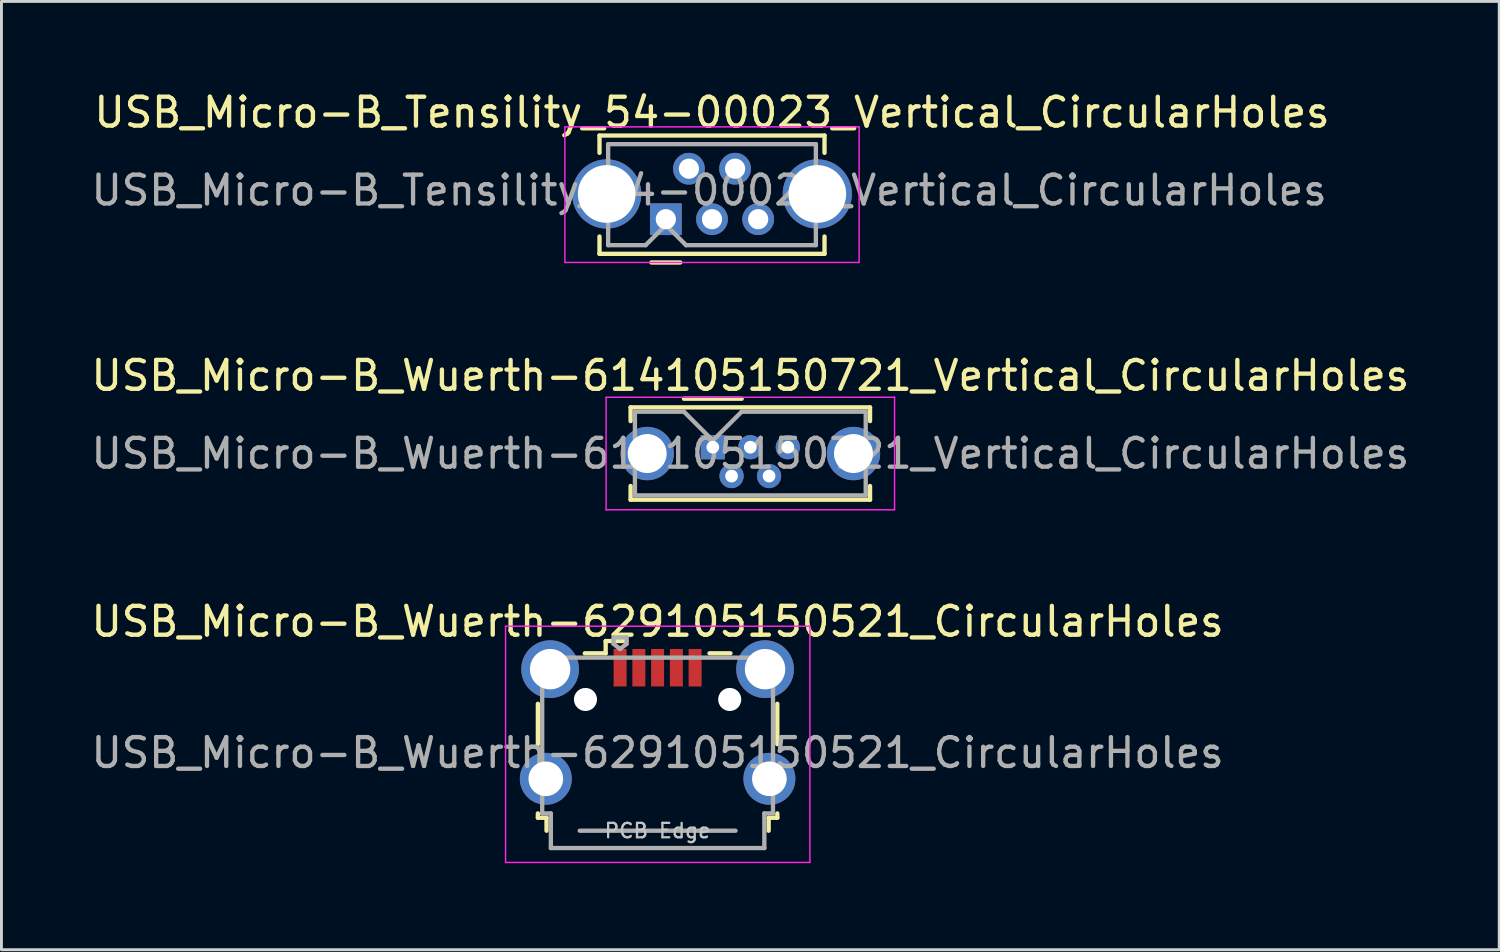
<source format=kicad_pcb>
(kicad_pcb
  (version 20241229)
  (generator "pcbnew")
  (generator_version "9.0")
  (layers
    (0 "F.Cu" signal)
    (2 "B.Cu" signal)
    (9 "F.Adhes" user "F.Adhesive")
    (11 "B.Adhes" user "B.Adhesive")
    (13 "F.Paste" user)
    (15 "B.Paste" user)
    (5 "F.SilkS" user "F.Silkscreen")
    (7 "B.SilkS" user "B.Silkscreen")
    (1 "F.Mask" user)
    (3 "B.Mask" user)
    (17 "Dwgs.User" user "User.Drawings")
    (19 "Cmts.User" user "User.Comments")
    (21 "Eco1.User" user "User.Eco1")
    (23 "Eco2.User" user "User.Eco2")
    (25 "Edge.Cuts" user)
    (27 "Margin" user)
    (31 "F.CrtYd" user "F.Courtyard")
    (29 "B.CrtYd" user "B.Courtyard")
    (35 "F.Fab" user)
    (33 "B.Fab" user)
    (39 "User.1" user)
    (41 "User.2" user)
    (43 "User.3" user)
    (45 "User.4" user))
  (footprint "USB_Micro-B_Tensility_54-00023_Vertical_CircularHoles"
    (layer "F.Cu")
    (at 20.03 4.548)
    (property "Reference" "USB_Micro-B_Tensility_54-00023_Vertical_CircularHoles" (at 1.6 -3.7 0) (layer "F.SilkS") (effects (font (size 1 1) (thickness 0.15))))
    (attr through_hole)
    (fp_line (start -2.3 -2.9) (end 5.5 -2.9) (stroke (width 0.15) (type solid)) (layer "F.SilkS"))
    (fp_line (start -2.3 -2.3) (end -2.3 -2.9) (stroke (width 0.15) (type solid)) (layer "F.SilkS"))
    (fp_line (start -2.3 0.6) (end -2.3 1.2) (stroke (width 0.15) (type solid)) (layer "F.SilkS"))
    (fp_line (start -2.3 1.2) (end 5.5 1.2) (stroke (width 0.15) (type solid)) (layer "F.SilkS"))
    (fp_line (start -0.5 1.5) (end 0.5 1.5) (stroke (width 0.15) (type solid)) (layer "F.SilkS"))
    (fp_line (start 5.5 -2.9) (end 5.5 -2.3) (stroke (width 0.15) (type solid)) (layer "F.SilkS"))
    (fp_line (start 5.5 1.2) (end 5.5 0.6) (stroke (width 0.15) (type solid)) (layer "F.SilkS"))
    (fp_line (start -3.5 -3.2) (end -3.5 1.5) (stroke (width 0.05) (type solid)) (layer "F.CrtYd"))
    (fp_line (start -3.5 1.5) (end 6.7 1.5) (stroke (width 0.05) (type solid)) (layer "F.CrtYd"))
    (fp_line (start 6.7 -3.2) (end -3.5 -3.2) (stroke (width 0.05) (type solid)) (layer "F.CrtYd"))
    (fp_line (start 6.7 1.5) (end 6.7 -3.2) (stroke (width 0.05) (type solid)) (layer "F.CrtYd"))
    (fp_line (start -2 0.9) (end -2 -2.6) (stroke (width 0.15) (type solid)) (layer "F.Fab"))
    (fp_line (start -2 0.9) (end -0.7 0.9) (stroke (width 0.15) (type solid)) (layer "F.Fab"))
    (fp_line (start -0.7 0.9) (end 0 0.2) (stroke (width 0.15) (type solid)) (layer "F.Fab"))
    (fp_line (start 0 0.2) (end 0.7 0.9) (stroke (width 0.15) (type solid)) (layer "F.Fab"))
    (fp_line (start 0.7 0.9) (end 5.2 0.9) (stroke (width 0.15) (type solid)) (layer "F.Fab"))
    (fp_line (start 5.2 -2.6) (end -2 -2.6) (stroke (width 0.15) (type solid)) (layer "F.Fab"))
    (fp_line (start 5.2 -2.6) (end 5.2 0.9) (stroke (width 0.15) (type solid)) (layer "F.Fab"))
    (fp_text user "${REFERENCE}" (at 1.5 -1 0) (layer "F.Fab") (effects (font (size 1 1) (thickness 0.15))))
    (pad "1" thru_hole rect (at 0 0) (size 1.1 1.1) (drill 0.7) (layers "*.Cu" "*.Mask"))
    (pad "2" thru_hole circle (at 0.8 -1.75) (size 1.1 1.1) (drill 0.7) (layers "*.Cu" "*.Mask"))
    (pad "3" thru_hole circle (at 1.6 0) (size 1.1 1.1) (drill 0.7) (layers "*.Cu" "*.Mask"))
    (pad "4" thru_hole circle (at 2.4 -1.75) (size 1.1 1.1) (drill 0.7) (layers "*.Cu" "*.Mask"))
    (pad "5" thru_hole circle (at 3.2 0) (size 1.1 1.1) (drill 0.7) (layers "*.Cu" "*.Mask"))
    (pad "6" thru_hole circle (at -2.05 -0.875) (size 2.4 2.4) (drill 2) (layers "*.Cu" "*.Mask"))
    (pad "6" thru_hole circle (at 5.25 -0.875) (size 2.4 2.4) (drill 2) (layers "*.Cu" "*.Mask")))
  (footprint "USB_Micro-B_Wuerth-614105150721_Vertical_CircularHoles"
    (layer "F.Cu")
    (at 21.658 12.451)
    (property "Reference" "USB_Micro-B_Wuerth-614105150721_Vertical_CircularHoles" (at 1.3 -2.48 0) (layer "F.SilkS") (effects (font (size 1 1) (thickness 0.15))))
    (attr through_hole)
    (fp_line (start -2.85 -1.38) (end 5.45 -1.38) (stroke (width 0.15) (type solid)) (layer "F.SilkS"))
    (fp_line (start -2.85 -0.905) (end -2.85 -1.38) (stroke (width 0.15) (type solid)) (layer "F.SilkS"))
    (fp_line (start -2.85 1.345) (end -2.85 1.82) (stroke (width 0.15) (type solid)) (layer "F.SilkS"))
    (fp_line (start -2.85 1.82) (end 5.45 1.82) (stroke (width 0.15) (type solid)) (layer "F.SilkS"))
    (fp_line (start -1 -1.68) (end 1 -1.68) (stroke (width 0.15) (type solid)) (layer "F.SilkS"))
    (fp_line (start 5.45 -1.38) (end 5.45 -0.905) (stroke (width 0.15) (type solid)) (layer "F.SilkS"))
    (fp_line (start 5.45 1.82) (end 5.45 1.345) (stroke (width 0.15) (type solid)) (layer "F.SilkS"))
    (fp_line (start -3.7 -1.73) (end -3.7 2.17) (stroke (width 0.05) (type solid)) (layer "F.CrtYd"))
    (fp_line (start -3.7 2.17) (end 6.3 2.17) (stroke (width 0.05) (type solid)) (layer "F.CrtYd"))
    (fp_line (start 6.3 -1.73) (end -3.7 -1.73) (stroke (width 0.05) (type solid)) (layer "F.CrtYd"))
    (fp_line (start 6.3 2.17) (end 6.3 -1.73) (stroke (width 0.05) (type solid)) (layer "F.CrtYd"))
    (fp_line (start -2.7 -1.23) (end -1 -1.23) (stroke (width 0.15) (type solid)) (layer "F.Fab"))
    (fp_line (start -2.7 1.67) (end -2.7 -1.23) (stroke (width 0.15) (type solid)) (layer "F.Fab"))
    (fp_line (start -1 -1.23) (end 0 -0.23) (stroke (width 0.15) (type solid)) (layer "F.Fab"))
    (fp_line (start 0 -0.23) (end 1 -1.23) (stroke (width 0.15) (type solid)) (layer "F.Fab"))
    (fp_line (start 1 -1.23) (end 5.3 -1.23) (stroke (width 0.15) (type solid)) (layer "F.Fab"))
    (fp_line (start 5.3 -1.23) (end 5.3 1.67) (stroke (width 0.15) (type solid)) (layer "F.Fab"))
    (fp_line (start 5.3 1.67) (end -2.7 1.67) (stroke (width 0.15) (type solid)) (layer "F.Fab"))
    (fp_text user "${REFERENCE}" (at 1.3 0.22 0) (layer "F.Fab") (effects (font (size 1 1) (thickness 0.15))))
    (pad "1" thru_hole rect (at 0 0) (size 0.84 0.84) (drill 0.44) (layers "*.Cu" "*.Mask"))
    (pad "2" thru_hole circle (at 0.65 1) (size 0.84 0.84) (drill 0.44) (layers "*.Cu" "*.Mask"))
    (pad "3" thru_hole circle (at 1.3 0) (size 0.84 0.84) (drill 0.44) (layers "*.Cu" "*.Mask"))
    (pad "4" thru_hole circle (at 1.95 1) (size 0.84 0.84) (drill 0.44) (layers "*.Cu" "*.Mask"))
    (pad "5" thru_hole circle (at 2.6 0) (size 0.84 0.84) (drill 0.44) (layers "*.Cu" "*.Mask"))
    (pad "6" thru_hole circle (at -2.275 0.22) (size 1.85 1.85) (drill 1.35) (layers "*.Cu" "*.Mask"))
    (pad "6" thru_hole circle (at 4.875 0.22) (size 1.85 1.85) (drill 1.35) (layers "*.Cu" "*.Mask")))
  (footprint "USB_Micro-B_Wuerth-629105150521_CircularHoles"
    (layer "F.Cu")
    (at 19.744 21.995)
    (property "Reference" "USB_Micro-B_Wuerth-629105150521_CircularHoles" (at 0 -3.5 0) (layer "F.SilkS") (effects (font (size 1 1) (thickness 0.15))))
    (attr smd)
    (fp_line (start -4.15 -0.65) (end -4.15 0.75) (stroke (width 0.15) (type solid)) (layer "F.SilkS"))
    (fp_line (start -4.15 3.15) (end -4.15 3.3) (stroke (width 0.15) (type solid)) (layer "F.SilkS"))
    (fp_line (start -4.15 3.3) (end -3.85 3.3) (stroke (width 0.15) (type solid)) (layer "F.SilkS"))
    (fp_line (start -3.85 3.3) (end -3.85 3.75) (stroke (width 0.15) (type solid)) (layer "F.SilkS"))
    (fp_line (start -1.8 -2.825) (end -1.8 -2.4) (stroke (width 0.15) (type solid)) (layer "F.SilkS"))
    (fp_line (start -1.8 -2.4) (end -2.525 -2.4) (stroke (width 0.15) (type solid)) (layer "F.SilkS"))
    (fp_line (start -1.075 -2.825) (end -1.8 -2.825) (stroke (width 0.15) (type solid)) (layer "F.SilkS"))
    (fp_line (start 1.8 -2.4) (end 2.525 -2.4) (stroke (width 0.15) (type solid)) (layer "F.SilkS"))
    (fp_line (start 3.85 3.3) (end 4.15 3.3) (stroke (width 0.15) (type solid)) (layer "F.SilkS"))
    (fp_line (start 3.85 3.75) (end 3.85 3.3) (stroke (width 0.15) (type solid)) (layer "F.SilkS"))
    (fp_line (start 4.15 0.75) (end 4.15 -0.65) (stroke (width 0.15) (type solid)) (layer "F.SilkS"))
    (fp_line (start 4.15 3.3) (end 4.15 3.15) (stroke (width 0.15) (type solid)) (layer "F.SilkS"))
    (fp_line (start -5.27 -3.34) (end -5.27 4.85) (stroke (width 0.05) (type solid)) (layer "F.CrtYd"))
    (fp_line (start -5.27 4.85) (end 5.28 4.85) (stroke (width 0.05) (type solid)) (layer "F.CrtYd"))
    (fp_line (start 5.28 -3.34) (end -5.27 -3.34) (stroke (width 0.05) (type solid)) (layer "F.CrtYd"))
    (fp_line (start 5.28 4.85) (end 5.28 -3.34) (stroke (width 0.05) (type solid)) (layer "F.CrtYd"))
    (fp_line (start -4 -2.25) (end -4 3.15) (stroke (width 0.15) (type solid)) (layer "F.Fab"))
    (fp_line (start -4 3.15) (end -3.7 3.15) (stroke (width 0.15) (type solid)) (layer "F.Fab"))
    (fp_line (start -3.7 3.15) (end -3.7 4.35) (stroke (width 0.15) (type solid)) (layer "F.Fab"))
    (fp_line (start -3.7 4.35) (end 3.7 4.35) (stroke (width 0.15) (type solid)) (layer "F.Fab"))
    (fp_line (start -2.7 3.75) (end 2.7 3.75) (stroke (width 0.15) (type solid)) (layer "F.Fab"))
    (fp_line (start -1.525 -2.95) (end -1.075 -2.95) (stroke (width 0.15) (type solid)) (layer "F.Fab"))
    (fp_line (start -1.525 -2.725) (end -1.525 -2.95) (stroke (width 0.15) (type solid)) (layer "F.Fab"))
    (fp_line (start -1.3 -2.55) (end -1.525 -2.725) (stroke (width 0.15) (type solid)) (layer "F.Fab"))
    (fp_line (start -1.075 -2.95) (end -1.075 -2.725) (stroke (width 0.15) (type solid)) (layer "F.Fab"))
    (fp_line (start -1.075 -2.725) (end -1.3 -2.55) (stroke (width 0.15) (type solid)) (layer "F.Fab"))
    (fp_line (start 3.7 3.15) (end 4 3.15) (stroke (width 0.15) (type solid)) (layer "F.Fab"))
    (fp_line (start 3.7 4.35) (end 3.7 3.15) (stroke (width 0.15) (type solid)) (layer "F.Fab"))
    (fp_line (start 4 -2.25) (end -4 -2.25) (stroke (width 0.15) (type solid)) (layer "F.Fab"))
    (fp_line (start 4 3.15) (end 4 -2.25) (stroke (width 0.15) (type solid)) (layer "F.Fab"))
    (fp_text user "PCB Edge" (at 0 3.75 0) (layer "Dwgs.User") (effects (font (size 0.5 0.5) (thickness 0.08))))
    (fp_text user "${REFERENCE}" (at 0 1.05 0) (layer "F.Fab") (effects (font (size 1 1) (thickness 0.15))))
    (pad "" np_thru_hole circle (at -2.5 -0.8) (size 0.8 0.8) (drill 0.8) (layers "*.Cu" "*.Mask"))
    (pad "" np_thru_hole circle (at 2.5 -0.8) (size 0.8 0.8) (drill 0.8) (layers "*.Cu" "*.Mask"))
    (pad "1" smd rect (at -1.3 -1.9) (size 0.45 1.3) (layers "F.Cu" "F.Mask" "F.Paste"))
    (pad "2" smd rect (at -0.65 -1.9) (size 0.45 1.3) (layers "F.Cu" "F.Mask" "F.Paste"))
    (pad "3" smd rect (at 0 -1.9) (size 0.45 1.3) (layers "F.Cu" "F.Mask" "F.Paste"))
    (pad "4" smd rect (at 0.65 -1.9) (size 0.45 1.3) (layers "F.Cu" "F.Mask" "F.Paste"))
    (pad "5" smd rect (at 1.3 -1.9) (size 0.45 1.3) (layers "F.Cu" "F.Mask" "F.Paste"))
    (pad "6" thru_hole circle (at -3.875 1.95) (size 1.8 1.8) (drill 1.2) (layers "*.Cu" "*.Mask"))
    (pad "6" thru_hole circle (at -3.725 -1.85) (size 2 2) (drill 1.4) (layers "*.Cu" "*.Mask"))
    (pad "6" thru_hole circle (at 3.725 -1.85) (size 2 2) (drill 1.4) (layers "*.Cu" "*.Mask"))
    (pad "6" thru_hole circle (at 3.875 1.95) (size 1.8 1.8) (drill 1.2) (layers "*.Cu" "*.Mask")))
  (gr_rect
    (start -3 -3)
    (end 48.917 29.87)
    (stroke (width 0.1) (type default))
    (fill no)
    (layer "Edge.Cuts")))
</source>
